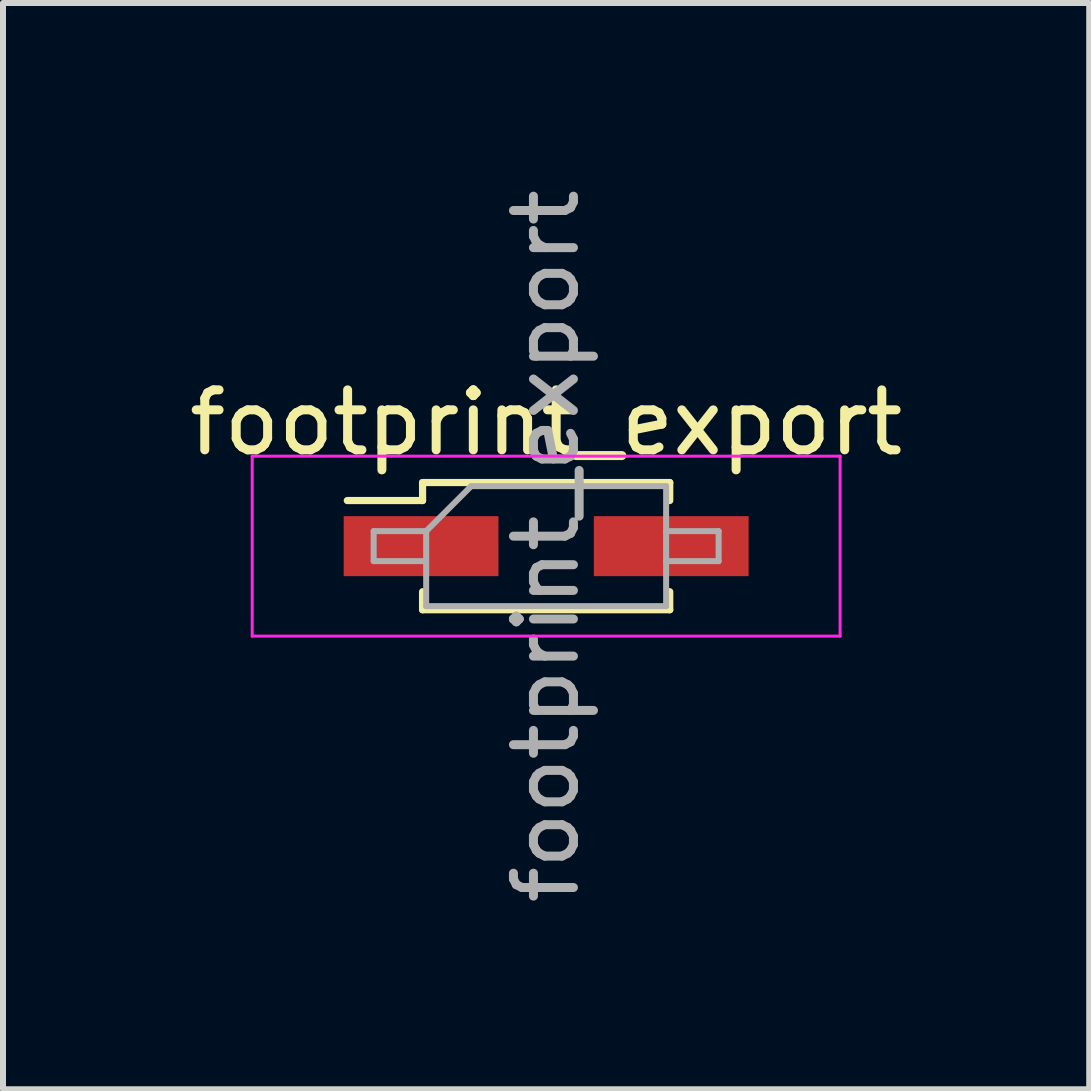
<source format=kicad_pcb>
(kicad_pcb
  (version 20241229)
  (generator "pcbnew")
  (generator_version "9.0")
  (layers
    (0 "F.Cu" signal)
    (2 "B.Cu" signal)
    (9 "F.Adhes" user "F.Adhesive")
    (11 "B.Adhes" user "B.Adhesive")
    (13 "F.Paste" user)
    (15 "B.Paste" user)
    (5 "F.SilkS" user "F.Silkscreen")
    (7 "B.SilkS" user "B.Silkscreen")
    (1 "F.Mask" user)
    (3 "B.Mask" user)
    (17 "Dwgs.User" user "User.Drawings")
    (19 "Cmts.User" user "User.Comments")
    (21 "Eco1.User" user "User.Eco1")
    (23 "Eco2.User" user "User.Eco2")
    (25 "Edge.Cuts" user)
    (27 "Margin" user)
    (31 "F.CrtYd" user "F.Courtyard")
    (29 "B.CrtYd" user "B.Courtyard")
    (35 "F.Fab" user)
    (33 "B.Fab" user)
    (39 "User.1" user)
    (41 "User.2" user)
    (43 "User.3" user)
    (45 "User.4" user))
  (footprint "footprint_export"
    (layer "F.Cu")
    (at 6.054 6.054)
    (property "Reference" "footprint_export" (at 0 -2.06 0) (layer "F.SilkS") (effects (font (size 1 1) (thickness 0.15))))
    (attr smd)
    (fp_line (start -3.315 -0.76) (end -2.06 -0.76) (stroke (width 0.12) (type solid)) (layer "F.SilkS"))
    (fp_line (start -2.06 -1.06) (end -2.06 -0.76) (stroke (width 0.12) (type solid)) (layer "F.SilkS"))
    (fp_line (start -2.06 -1.06) (end 2.06 -1.06) (stroke (width 0.12) (type solid)) (layer "F.SilkS"))
    (fp_line (start -2.06 0.76) (end -2.06 1.06) (stroke (width 0.12) (type solid)) (layer "F.SilkS"))
    (fp_line (start -2.06 1.06) (end 2.06 1.06) (stroke (width 0.12) (type solid)) (layer "F.SilkS"))
    (fp_line (start 2.06 -1.06) (end 2.06 -0.76) (stroke (width 0.12) (type solid)) (layer "F.SilkS"))
    (fp_line (start 2.06 0.76) (end 2.06 1.06) (stroke (width 0.12) (type solid)) (layer "F.SilkS"))
    (fp_line (start -4.9 -1.5) (end -4.9 1.5) (stroke (width 0.05) (type solid)) (layer "F.CrtYd"))
    (fp_line (start -4.9 1.5) (end 4.9 1.5) (stroke (width 0.05) (type solid)) (layer "F.CrtYd"))
    (fp_line (start 4.9 -1.5) (end -4.9 -1.5) (stroke (width 0.05) (type solid)) (layer "F.CrtYd"))
    (fp_line (start 4.9 1.5) (end 4.9 -1.5) (stroke (width 0.05) (type solid)) (layer "F.CrtYd"))
    (fp_line (start -2.875 -0.25) (end -2.875 0.25) (stroke (width 0.1) (type solid)) (layer "F.Fab"))
    (fp_line (start -2.875 0.25) (end -2 0.25) (stroke (width 0.1) (type solid)) (layer "F.Fab"))
    (fp_line (start -2 -0.25) (end -2.875 -0.25) (stroke (width 0.1) (type solid)) (layer "F.Fab"))
    (fp_line (start -2 -0.25) (end -1.25 -1) (stroke (width 0.1) (type solid)) (layer "F.Fab"))
    (fp_line (start -2 1) (end -2 -0.25) (stroke (width 0.1) (type solid)) (layer "F.Fab"))
    (fp_line (start -1.25 -1) (end 2 -1) (stroke (width 0.1) (type solid)) (layer "F.Fab"))
    (fp_line (start 2 -1) (end 2 1) (stroke (width 0.1) (type solid)) (layer "F.Fab"))
    (fp_line (start 2 -0.25) (end 2.875 -0.25) (stroke (width 0.1) (type solid)) (layer "F.Fab"))
    (fp_line (start 2 1) (end -2 1) (stroke (width 0.1) (type solid)) (layer "F.Fab"))
    (fp_line (start 2.875 -0.25) (end 2.875 0.25) (stroke (width 0.1) (type solid)) (layer "F.Fab"))
    (fp_line (start 2.875 0.25) (end 2 0.25) (stroke (width 0.1) (type solid)) (layer "F.Fab"))
    (fp_text user "${REFERENCE}" (at 0 0 90) (layer "F.Fab") (effects (font (size 1 1) (thickness 0.15))))
    (pad "1" smd rect (at -2.085 0) (size 2.58 1) (layers "F.Cu" "F.Mask" "F.Paste"))
    (pad "2" smd rect (at 2.085 0) (size 2.58 1) (layers "F.Cu" "F.Mask" "F.Paste")))
  (gr_rect
    (start -3 -3)
    (end 15.107 15.107)
    (stroke (width 0.1) (type default))
    (fill no)
    (layer "Edge.Cuts")))
</source>
